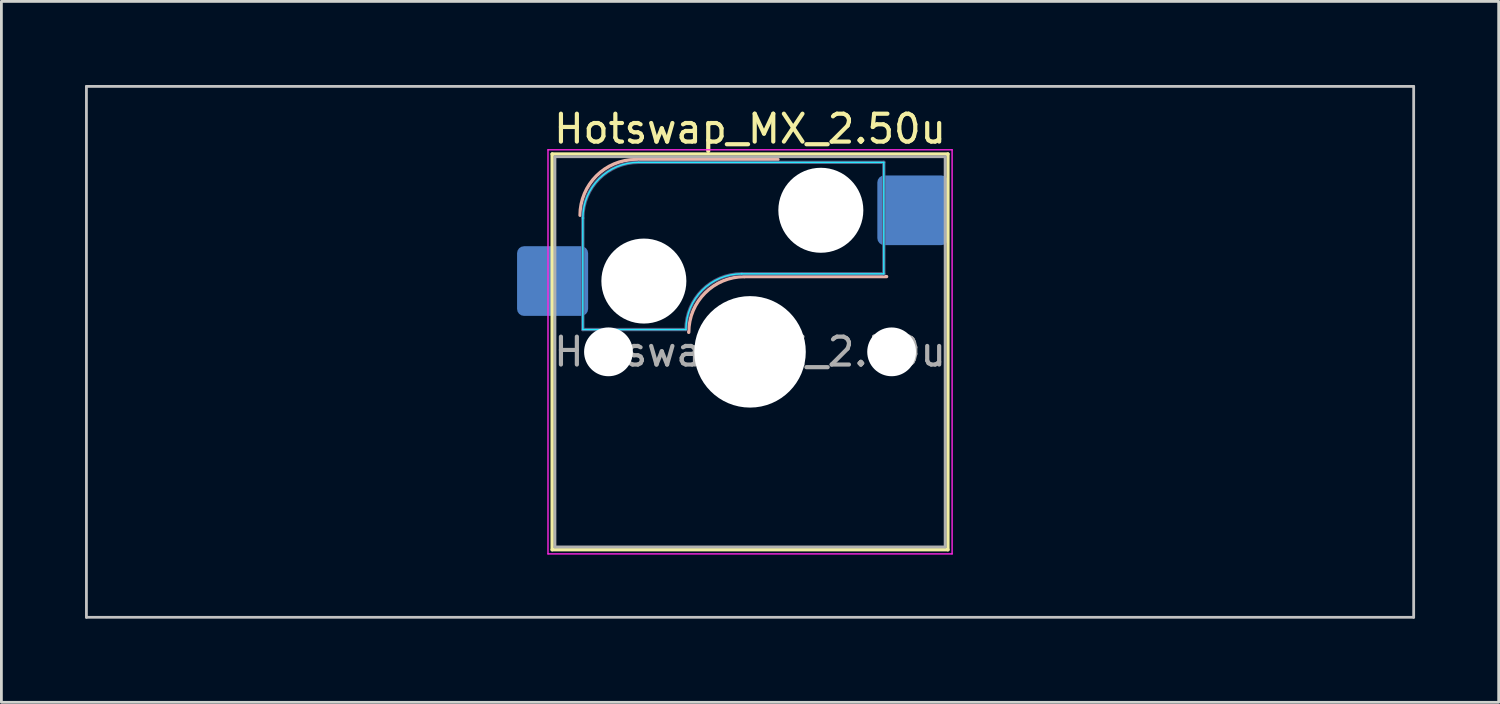
<source format=kicad_pcb>
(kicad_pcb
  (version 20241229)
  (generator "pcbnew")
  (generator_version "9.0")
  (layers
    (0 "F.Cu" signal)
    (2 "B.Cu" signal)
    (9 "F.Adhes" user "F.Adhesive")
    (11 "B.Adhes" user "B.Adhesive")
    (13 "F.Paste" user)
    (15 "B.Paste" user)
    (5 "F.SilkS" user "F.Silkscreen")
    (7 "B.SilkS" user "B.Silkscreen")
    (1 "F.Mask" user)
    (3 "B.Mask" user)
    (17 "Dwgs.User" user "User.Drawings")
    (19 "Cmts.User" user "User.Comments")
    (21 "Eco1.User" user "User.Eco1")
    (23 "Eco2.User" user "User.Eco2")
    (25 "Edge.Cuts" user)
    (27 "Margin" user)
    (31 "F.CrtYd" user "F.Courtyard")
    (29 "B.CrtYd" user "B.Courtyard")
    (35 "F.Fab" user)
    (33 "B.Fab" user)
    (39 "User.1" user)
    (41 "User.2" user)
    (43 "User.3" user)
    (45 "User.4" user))
  (footprint "Hotswap_MX_2.50u"
    (layer "F.Cu")
    (at 23.863 9.575)
    (property "Reference" "Hotswap_MX_2.50u" (at 0 -8 0) (layer "F.SilkS") (effects (font (size 1 1) (thickness 0.15))))
    (attr smd)
    (fp_line (start -7.1 -7.1) (end -7.1 7.1) (stroke (width 0.12) (type solid)) (layer "F.SilkS"))
    (fp_line (start -7.1 7.1) (end 7.1 7.1) (stroke (width 0.12) (type solid)) (layer "F.SilkS"))
    (fp_line (start 7.1 -7.1) (end -7.1 -7.1) (stroke (width 0.12) (type solid)) (layer "F.SilkS"))
    (fp_line (start 7.1 7.1) (end 7.1 -7.1) (stroke (width 0.12) (type solid)) (layer "F.SilkS"))
    (fp_line (start -4.1 -6.9) (end 1 -6.9) (stroke (width 0.12) (type solid)) (layer "B.SilkS"))
    (fp_line (start -0.2 -2.7) (end 4.9 -2.7) (stroke (width 0.12) (type solid)) (layer "B.SilkS"))
    (fp_arc (start -6.1 -4.9) (mid -5.514214 -6.314214) (end -4.1 -6.9) (stroke (width 0.12) (type solid)) (layer "B.SilkS"))
    (fp_arc (start -2.2 -0.7) (mid -1.614214 -2.114214) (end -0.2 -2.7) (stroke (width 0.12) (type solid)) (layer "B.SilkS"))
    (fp_line (start -23.812 -9.525) (end -23.812 9.525) (stroke (width 0.1) (type solid)) (layer "Dwgs.User"))
    (fp_line (start -23.812 9.525) (end 23.812 9.525) (stroke (width 0.1) (type solid)) (layer "Dwgs.User"))
    (fp_line (start 23.812 -9.525) (end -23.812 -9.525) (stroke (width 0.1) (type solid)) (layer "Dwgs.User"))
    (fp_line (start 23.812 9.525) (end 23.812 -9.525) (stroke (width 0.1) (type solid)) (layer "Dwgs.User"))
    (fp_line (start -7.8 -6) (end -7 -6) (stroke (width 0.1) (type solid)) (layer "Eco1.User"))
    (fp_line (start -7.8 -2.9) (end -7.8 -6) (stroke (width 0.1) (type solid)) (layer "Eco1.User"))
    (fp_line (start -7.8 2.9) (end -7 2.9) (stroke (width 0.1) (type solid)) (layer "Eco1.User"))
    (fp_line (start -7.8 6) (end -7.8 2.9) (stroke (width 0.1) (type solid)) (layer "Eco1.User"))
    (fp_line (start -7 -7) (end 7 -7) (stroke (width 0.1) (type solid)) (layer "Eco1.User"))
    (fp_line (start -7 -6) (end -7 -7) (stroke (width 0.1) (type solid)) (layer "Eco1.User"))
    (fp_line (start -7 -2.9) (end -7.8 -2.9) (stroke (width 0.1) (type solid)) (layer "Eco1.User"))
    (fp_line (start -7 2.9) (end -7 -2.9) (stroke (width 0.1) (type solid)) (layer "Eco1.User"))
    (fp_line (start -7 6) (end -7.8 6) (stroke (width 0.1) (type solid)) (layer "Eco1.User"))
    (fp_line (start -7 7) (end -7 6) (stroke (width 0.1) (type solid)) (layer "Eco1.User"))
    (fp_line (start 7 -7) (end 7 -6) (stroke (width 0.1) (type solid)) (layer "Eco1.User"))
    (fp_line (start 7 -6) (end 7.8 -6) (stroke (width 0.1) (type solid)) (layer "Eco1.User"))
    (fp_line (start 7 -2.9) (end 7 2.9) (stroke (width 0.1) (type solid)) (layer "Eco1.User"))
    (fp_line (start 7 2.9) (end 7.8 2.9) (stroke (width 0.1) (type solid)) (layer "Eco1.User"))
    (fp_line (start 7 6) (end 7 7) (stroke (width 0.1) (type solid)) (layer "Eco1.User"))
    (fp_line (start 7 7) (end -7 7) (stroke (width 0.1) (type solid)) (layer "Eco1.User"))
    (fp_line (start 7.8 -6) (end 7.8 -2.9) (stroke (width 0.1) (type solid)) (layer "Eco1.User"))
    (fp_line (start 7.8 -2.9) (end 7 -2.9) (stroke (width 0.1) (type solid)) (layer "Eco1.User"))
    (fp_line (start 7.8 2.9) (end 7.8 6) (stroke (width 0.1) (type solid)) (layer "Eco1.User"))
    (fp_line (start 7.8 6) (end 7 6) (stroke (width 0.1) (type solid)) (layer "Eco1.User"))
    (fp_line (start -6 -0.8) (end -6 -4.8) (stroke (width 0.05) (type solid)) (layer "B.CrtYd"))
    (fp_line (start -6 -0.8) (end -2.3 -0.8) (stroke (width 0.05) (type solid)) (layer "B.CrtYd"))
    (fp_line (start -4 -6.8) (end 4.8 -6.8) (stroke (width 0.05) (type solid)) (layer "B.CrtYd"))
    (fp_line (start -0.3 -2.8) (end 4.8 -2.8) (stroke (width 0.05) (type solid)) (layer "B.CrtYd"))
    (fp_line (start 4.8 -6.8) (end 4.8 -2.8) (stroke (width 0.05) (type solid)) (layer "B.CrtYd"))
    (fp_arc (start -6 -4.8) (mid -5.414214 -6.214214) (end -4 -6.8) (stroke (width 0.05) (type solid)) (layer "B.CrtYd"))
    (fp_arc (start -2.3 -0.8) (mid -1.714214 -2.214214) (end -0.3 -2.8) (stroke (width 0.05) (type solid)) (layer "B.CrtYd"))
    (fp_line (start -7.25 -7.25) (end -7.25 7.25) (stroke (width 0.05) (type solid)) (layer "F.CrtYd"))
    (fp_line (start -7.25 7.25) (end 7.25 7.25) (stroke (width 0.05) (type solid)) (layer "F.CrtYd"))
    (fp_line (start 7.25 -7.25) (end -7.25 -7.25) (stroke (width 0.05) (type solid)) (layer "F.CrtYd"))
    (fp_line (start 7.25 7.25) (end 7.25 -7.25) (stroke (width 0.05) (type solid)) (layer "F.CrtYd"))
    (fp_line (start -6 -0.8) (end -6 -4.8) (stroke (width 0.12) (type solid)) (layer "B.Fab"))
    (fp_line (start -6 -0.8) (end -2.3 -0.8) (stroke (width 0.12) (type solid)) (layer "B.Fab"))
    (fp_line (start -4 -6.8) (end 4.8 -6.8) (stroke (width 0.12) (type solid)) (layer "B.Fab"))
    (fp_line (start -0.3 -2.8) (end 4.8 -2.8) (stroke (width 0.12) (type solid)) (layer "B.Fab"))
    (fp_line (start 4.8 -6.8) (end 4.8 -2.8) (stroke (width 0.12) (type solid)) (layer "B.Fab"))
    (fp_arc (start -6 -4.8) (mid -5.414214 -6.214214) (end -4 -6.8) (stroke (width 0.12) (type solid)) (layer "B.Fab"))
    (fp_arc (start -2.3 -0.8) (mid -1.714214 -2.214214) (end -0.3 -2.8) (stroke (width 0.12) (type solid)) (layer "B.Fab"))
    (fp_line (start -7 -7) (end -7 7) (stroke (width 0.1) (type solid)) (layer "F.Fab"))
    (fp_line (start -7 7) (end 7 7) (stroke (width 0.1) (type solid)) (layer "F.Fab"))
    (fp_line (start 7 -7) (end -7 -7) (stroke (width 0.1) (type solid)) (layer "F.Fab"))
    (fp_line (start 7 7) (end 7 -7) (stroke (width 0.1) (type solid)) (layer "F.Fab"))
    (fp_text user "${REFERENCE}" (at 0 0 0) (layer "F.Fab") (effects (font (size 1 1) (thickness 0.15))))
    (pad "" np_thru_hole circle (at -5.08 0) (size 1.75 1.75) (drill 1.75) (layers "*.Cu" "*.Mask"))
    (pad "" np_thru_hole circle (at -3.81 -2.54) (size 3.05 3.05) (drill 3.05) (layers "*.Cu" "*.Mask"))
    (pad "" np_thru_hole circle (at 0 0) (size 4 4) (drill 4) (layers "*.Cu" "*.Mask"))
    (pad "" np_thru_hole circle (at 2.54 -5.08) (size 3.05 3.05) (drill 3.05) (layers "*.Cu" "*.Mask"))
    (pad "" np_thru_hole circle (at 5.08 0) (size 1.75 1.75) (drill 1.75) (layers "*.Cu" "*.Mask"))
    (pad "1" smd roundrect (at -7.085 -2.54) (size 2.55 2.5) (layers "B.Cu" "B.Mask" "B.Paste") (roundrect_rratio 0.1))
    (pad "2" smd roundrect (at 5.842 -5.08) (size 2.55 2.5) (layers "B.Cu" "B.Mask" "B.Paste") (roundrect_rratio 0.1)))
  (gr_rect
    (start -3 -3)
    (end 50.725 22.15)
    (stroke (width 0.1) (type default))
    (fill no)
    (layer "Edge.Cuts")))
</source>
